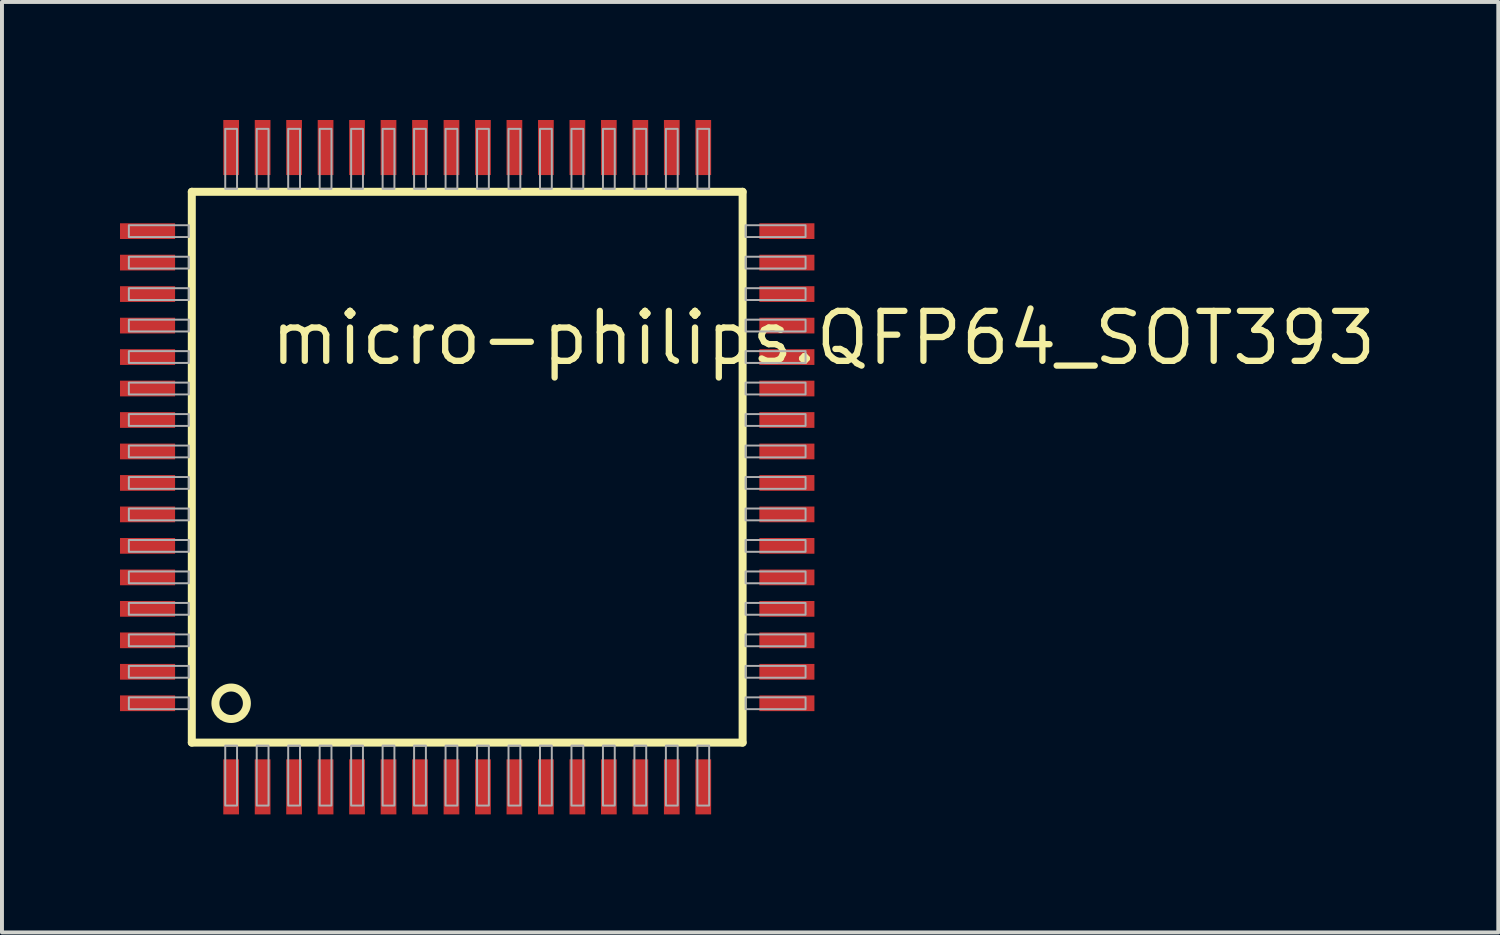
<source format=kicad_pcb>
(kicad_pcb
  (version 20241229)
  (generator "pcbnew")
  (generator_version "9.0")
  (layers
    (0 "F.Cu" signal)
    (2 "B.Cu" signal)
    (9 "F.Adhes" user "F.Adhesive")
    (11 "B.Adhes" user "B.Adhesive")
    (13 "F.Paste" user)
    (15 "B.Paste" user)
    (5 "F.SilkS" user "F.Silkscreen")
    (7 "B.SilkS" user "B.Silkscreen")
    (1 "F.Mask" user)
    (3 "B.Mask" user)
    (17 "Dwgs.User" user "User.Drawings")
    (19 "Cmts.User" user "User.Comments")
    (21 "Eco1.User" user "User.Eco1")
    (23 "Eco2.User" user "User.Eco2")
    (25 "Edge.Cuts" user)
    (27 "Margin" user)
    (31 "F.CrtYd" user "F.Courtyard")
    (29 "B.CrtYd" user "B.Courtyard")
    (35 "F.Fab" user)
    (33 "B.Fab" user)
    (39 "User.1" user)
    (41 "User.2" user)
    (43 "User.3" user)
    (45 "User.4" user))
  (footprint "micro-philips.QFP64_SOT393"
    (layer "F.Cu")
    (at 8.825 8.825)
    (property "Reference" "micro-philips.QFP64_SOT393" (at -5.08 -2.54 0) (layer "F.SilkS") (effects (font (size 1.27 1.27) (thickness 0.16)) (justify left bottom)))
    (attr smd)
    (fp_line (start -7 -7) (end 7 -7) (stroke (width 0.203) (type default)) (layer "F.SilkS"))
    (fp_line (start -7 7) (end -7 -7) (stroke (width 0.203) (type default)) (layer "F.SilkS"))
    (fp_line (start 7 -7) (end 7 7) (stroke (width 0.203) (type default)) (layer "F.SilkS"))
    (fp_line (start 7 7) (end -7 7) (stroke (width 0.203) (type default)) (layer "F.SilkS"))
    (fp_circle (center -6 6) (end -5.6 6) (stroke (width 0.203) (type default)) (fill no) (layer "F.SilkS"))
    (fp_rect (start -8.6 -5.85) (end -7.075 -6.15) (stroke (width 0.05) (type default)) (fill no) (layer "F.Fab"))
    (fp_rect (start -8.6 -5.05) (end -7.075 -5.35) (stroke (width 0.05) (type default)) (fill no) (layer "F.Fab"))
    (fp_rect (start -8.6 -4.25) (end -7.075 -4.55) (stroke (width 0.05) (type default)) (fill no) (layer "F.Fab"))
    (fp_rect (start -8.6 -3.45) (end -7.075 -3.75) (stroke (width 0.05) (type default)) (fill no) (layer "F.Fab"))
    (fp_rect (start -8.6 -2.65) (end -7.075 -2.95) (stroke (width 0.05) (type default)) (fill no) (layer "F.Fab"))
    (fp_rect (start -8.6 -1.85) (end -7.075 -2.15) (stroke (width 0.05) (type default)) (fill no) (layer "F.Fab"))
    (fp_rect (start -8.6 -1.05) (end -7.075 -1.35) (stroke (width 0.05) (type default)) (fill no) (layer "F.Fab"))
    (fp_rect (start -8.6 -0.25) (end -7.075 -0.55) (stroke (width 0.05) (type default)) (fill no) (layer "F.Fab"))
    (fp_rect (start -8.6 0.55) (end -7.075 0.25) (stroke (width 0.05) (type default)) (fill no) (layer "F.Fab"))
    (fp_rect (start -8.6 1.35) (end -7.075 1.05) (stroke (width 0.05) (type default)) (fill no) (layer "F.Fab"))
    (fp_rect (start -8.6 2.15) (end -7.075 1.85) (stroke (width 0.05) (type default)) (fill no) (layer "F.Fab"))
    (fp_rect (start -8.6 2.95) (end -7.075 2.65) (stroke (width 0.05) (type default)) (fill no) (layer "F.Fab"))
    (fp_rect (start -8.6 3.75) (end -7.075 3.45) (stroke (width 0.05) (type default)) (fill no) (layer "F.Fab"))
    (fp_rect (start -8.6 4.55) (end -7.075 4.25) (stroke (width 0.05) (type default)) (fill no) (layer "F.Fab"))
    (fp_rect (start -8.6 5.35) (end -7.075 5.05) (stroke (width 0.05) (type default)) (fill no) (layer "F.Fab"))
    (fp_rect (start -8.6 6.15) (end -7.075 5.85) (stroke (width 0.05) (type default)) (fill no) (layer "F.Fab"))
    (fp_rect (start -6.15 -7.075) (end -5.85 -8.6) (stroke (width 0.05) (type default)) (fill no) (layer "F.Fab"))
    (fp_rect (start -6.15 8.6) (end -5.85 7.075) (stroke (width 0.05) (type default)) (fill no) (layer "F.Fab"))
    (fp_rect (start -5.35 -7.075) (end -5.05 -8.6) (stroke (width 0.05) (type default)) (fill no) (layer "F.Fab"))
    (fp_rect (start -5.35 8.6) (end -5.05 7.075) (stroke (width 0.05) (type default)) (fill no) (layer "F.Fab"))
    (fp_rect (start -4.55 -7.075) (end -4.25 -8.6) (stroke (width 0.05) (type default)) (fill no) (layer "F.Fab"))
    (fp_rect (start -4.55 8.6) (end -4.25 7.075) (stroke (width 0.05) (type default)) (fill no) (layer "F.Fab"))
    (fp_rect (start -3.75 -7.075) (end -3.45 -8.6) (stroke (width 0.05) (type default)) (fill no) (layer "F.Fab"))
    (fp_rect (start -3.75 8.6) (end -3.45 7.075) (stroke (width 0.05) (type default)) (fill no) (layer "F.Fab"))
    (fp_rect (start -2.95 -7.075) (end -2.65 -8.6) (stroke (width 0.05) (type default)) (fill no) (layer "F.Fab"))
    (fp_rect (start -2.95 8.6) (end -2.65 7.075) (stroke (width 0.05) (type default)) (fill no) (layer "F.Fab"))
    (fp_rect (start -2.15 -7.075) (end -1.85 -8.6) (stroke (width 0.05) (type default)) (fill no) (layer "F.Fab"))
    (fp_rect (start -2.15 8.6) (end -1.85 7.075) (stroke (width 0.05) (type default)) (fill no) (layer "F.Fab"))
    (fp_rect (start -1.35 -7.075) (end -1.05 -8.6) (stroke (width 0.05) (type default)) (fill no) (layer "F.Fab"))
    (fp_rect (start -1.35 8.6) (end -1.05 7.075) (stroke (width 0.05) (type default)) (fill no) (layer "F.Fab"))
    (fp_rect (start -0.55 -7.075) (end -0.25 -8.6) (stroke (width 0.05) (type default)) (fill no) (layer "F.Fab"))
    (fp_rect (start -0.55 8.6) (end -0.25 7.075) (stroke (width 0.05) (type default)) (fill no) (layer "F.Fab"))
    (fp_rect (start 0.25 -7.075) (end 0.55 -8.6) (stroke (width 0.05) (type default)) (fill no) (layer "F.Fab"))
    (fp_rect (start 0.25 8.6) (end 0.55 7.075) (stroke (width 0.05) (type default)) (fill no) (layer "F.Fab"))
    (fp_rect (start 1.05 -7.075) (end 1.35 -8.6) (stroke (width 0.05) (type default)) (fill no) (layer "F.Fab"))
    (fp_rect (start 1.05 8.6) (end 1.35 7.075) (stroke (width 0.05) (type default)) (fill no) (layer "F.Fab"))
    (fp_rect (start 1.85 -7.075) (end 2.15 -8.6) (stroke (width 0.05) (type default)) (fill no) (layer "F.Fab"))
    (fp_rect (start 1.85 8.6) (end 2.15 7.075) (stroke (width 0.05) (type default)) (fill no) (layer "F.Fab"))
    (fp_rect (start 2.65 -7.075) (end 2.95 -8.6) (stroke (width 0.05) (type default)) (fill no) (layer "F.Fab"))
    (fp_rect (start 2.65 8.6) (end 2.95 7.075) (stroke (width 0.05) (type default)) (fill no) (layer "F.Fab"))
    (fp_rect (start 3.45 -7.075) (end 3.75 -8.6) (stroke (width 0.05) (type default)) (fill no) (layer "F.Fab"))
    (fp_rect (start 3.45 8.6) (end 3.75 7.075) (stroke (width 0.05) (type default)) (fill no) (layer "F.Fab"))
    (fp_rect (start 4.25 -7.075) (end 4.55 -8.6) (stroke (width 0.05) (type default)) (fill no) (layer "F.Fab"))
    (fp_rect (start 4.25 8.6) (end 4.55 7.075) (stroke (width 0.05) (type default)) (fill no) (layer "F.Fab"))
    (fp_rect (start 5.05 -7.075) (end 5.35 -8.6) (stroke (width 0.05) (type default)) (fill no) (layer "F.Fab"))
    (fp_rect (start 5.05 8.6) (end 5.35 7.075) (stroke (width 0.05) (type default)) (fill no) (layer "F.Fab"))
    (fp_rect (start 5.85 -7.075) (end 6.15 -8.6) (stroke (width 0.05) (type default)) (fill no) (layer "F.Fab"))
    (fp_rect (start 5.85 8.6) (end 6.15 7.075) (stroke (width 0.05) (type default)) (fill no) (layer "F.Fab"))
    (fp_rect (start 7.075 -5.85) (end 8.6 -6.15) (stroke (width 0.05) (type default)) (fill no) (layer "F.Fab"))
    (fp_rect (start 7.075 -5.05) (end 8.6 -5.35) (stroke (width 0.05) (type default)) (fill no) (layer "F.Fab"))
    (fp_rect (start 7.075 -4.25) (end 8.6 -4.55) (stroke (width 0.05) (type default)) (fill no) (layer "F.Fab"))
    (fp_rect (start 7.075 -3.45) (end 8.6 -3.75) (stroke (width 0.05) (type default)) (fill no) (layer "F.Fab"))
    (fp_rect (start 7.075 -2.65) (end 8.6 -2.95) (stroke (width 0.05) (type default)) (fill no) (layer "F.Fab"))
    (fp_rect (start 7.075 -1.85) (end 8.6 -2.15) (stroke (width 0.05) (type default)) (fill no) (layer "F.Fab"))
    (fp_rect (start 7.075 -1.05) (end 8.6 -1.35) (stroke (width 0.05) (type default)) (fill no) (layer "F.Fab"))
    (fp_rect (start 7.075 -0.25) (end 8.6 -0.55) (stroke (width 0.05) (type default)) (fill no) (layer "F.Fab"))
    (fp_rect (start 7.075 0.55) (end 8.6 0.25) (stroke (width 0.05) (type default)) (fill no) (layer "F.Fab"))
    (fp_rect (start 7.075 1.35) (end 8.6 1.05) (stroke (width 0.05) (type default)) (fill no) (layer "F.Fab"))
    (fp_rect (start 7.075 2.15) (end 8.6 1.85) (stroke (width 0.05) (type default)) (fill no) (layer "F.Fab"))
    (fp_rect (start 7.075 2.95) (end 8.6 2.65) (stroke (width 0.05) (type default)) (fill no) (layer "F.Fab"))
    (fp_rect (start 7.075 3.75) (end 8.6 3.45) (stroke (width 0.05) (type default)) (fill no) (layer "F.Fab"))
    (fp_rect (start 7.075 4.55) (end 8.6 4.25) (stroke (width 0.05) (type default)) (fill no) (layer "F.Fab"))
    (fp_rect (start 7.075 5.35) (end 8.6 5.05) (stroke (width 0.05) (type default)) (fill no) (layer "F.Fab"))
    (fp_rect (start 7.075 6.15) (end 8.6 5.85) (stroke (width 0.05) (type default)) (fill no) (layer "F.Fab"))
    (pad "1" smd roundrect (at -6 8.125) (size 0.4 1.4) (layers "F.Cu" "F.Mask" "F.Paste") (roundrect_rratio 0.01))
    (pad "2" smd roundrect (at -5.2 8.125) (size 0.4 1.4) (layers "F.Cu" "F.Mask" "F.Paste") (roundrect_rratio 0.01))
    (pad "3" smd roundrect (at -4.4 8.125) (size 0.4 1.4) (layers "F.Cu" "F.Mask" "F.Paste") (roundrect_rratio 0.01))
    (pad "4" smd roundrect (at -3.6 8.125) (size 0.4 1.4) (layers "F.Cu" "F.Mask" "F.Paste") (roundrect_rratio 0.01))
    (pad "5" smd roundrect (at -2.8 8.125) (size 0.4 1.4) (layers "F.Cu" "F.Mask" "F.Paste") (roundrect_rratio 0.01))
    (pad "6" smd roundrect (at -2 8.125) (size 0.4 1.4) (layers "F.Cu" "F.Mask" "F.Paste") (roundrect_rratio 0.01))
    (pad "7" smd roundrect (at -1.2 8.125) (size 0.4 1.4) (layers "F.Cu" "F.Mask" "F.Paste") (roundrect_rratio 0.01))
    (pad "8" smd roundrect (at -0.4 8.125) (size 0.4 1.4) (layers "F.Cu" "F.Mask" "F.Paste") (roundrect_rratio 0.01))
    (pad "9" smd roundrect (at 0.4 8.125) (size 0.4 1.4) (layers "F.Cu" "F.Mask" "F.Paste") (roundrect_rratio 0.01))
    (pad "10" smd roundrect (at 1.2 8.125) (size 0.4 1.4) (layers "F.Cu" "F.Mask" "F.Paste") (roundrect_rratio 0.01))
    (pad "11" smd roundrect (at 2 8.125) (size 0.4 1.4) (layers "F.Cu" "F.Mask" "F.Paste") (roundrect_rratio 0.01))
    (pad "12" smd roundrect (at 2.8 8.125) (size 0.4 1.4) (layers "F.Cu" "F.Mask" "F.Paste") (roundrect_rratio 0.01))
    (pad "13" smd roundrect (at 3.6 8.125) (size 0.4 1.4) (layers "F.Cu" "F.Mask" "F.Paste") (roundrect_rratio 0.01))
    (pad "14" smd roundrect (at 4.4 8.125) (size 0.4 1.4) (layers "F.Cu" "F.Mask" "F.Paste") (roundrect_rratio 0.01))
    (pad "15" smd roundrect (at 5.2 8.125) (size 0.4 1.4) (layers "F.Cu" "F.Mask" "F.Paste") (roundrect_rratio 0.01))
    (pad "16" smd roundrect (at 6 8.125) (size 0.4 1.4) (layers "F.Cu" "F.Mask" "F.Paste") (roundrect_rratio 0.01))
    (pad "17" smd roundrect (at 8.125 6) (size 1.4 0.4) (layers "F.Cu" "F.Mask" "F.Paste") (roundrect_rratio 0.01))
    (pad "18" smd roundrect (at 8.125 5.2) (size 1.4 0.4) (layers "F.Cu" "F.Mask" "F.Paste") (roundrect_rratio 0.01))
    (pad "19" smd roundrect (at 8.125 4.4) (size 1.4 0.4) (layers "F.Cu" "F.Mask" "F.Paste") (roundrect_rratio 0.01))
    (pad "20" smd roundrect (at 8.125 3.6) (size 1.4 0.4) (layers "F.Cu" "F.Mask" "F.Paste") (roundrect_rratio 0.01))
    (pad "21" smd roundrect (at 8.125 2.8) (size 1.4 0.4) (layers "F.Cu" "F.Mask" "F.Paste") (roundrect_rratio 0.01))
    (pad "22" smd roundrect (at 8.125 2) (size 1.4 0.4) (layers "F.Cu" "F.Mask" "F.Paste") (roundrect_rratio 0.01))
    (pad "23" smd roundrect (at 8.125 1.2) (size 1.4 0.4) (layers "F.Cu" "F.Mask" "F.Paste") (roundrect_rratio 0.01))
    (pad "24" smd roundrect (at 8.125 0.4) (size 1.4 0.4) (layers "F.Cu" "F.Mask" "F.Paste") (roundrect_rratio 0.01))
    (pad "25" smd roundrect (at 8.125 -0.4) (size 1.4 0.4) (layers "F.Cu" "F.Mask" "F.Paste") (roundrect_rratio 0.01))
    (pad "26" smd roundrect (at 8.125 -1.2) (size 1.4 0.4) (layers "F.Cu" "F.Mask" "F.Paste") (roundrect_rratio 0.01))
    (pad "27" smd roundrect (at 8.125 -2) (size 1.4 0.4) (layers "F.Cu" "F.Mask" "F.Paste") (roundrect_rratio 0.01))
    (pad "28" smd roundrect (at 8.125 -2.8) (size 1.4 0.4) (layers "F.Cu" "F.Mask" "F.Paste") (roundrect_rratio 0.01))
    (pad "29" smd roundrect (at 8.125 -3.6) (size 1.4 0.4) (layers "F.Cu" "F.Mask" "F.Paste") (roundrect_rratio 0.01))
    (pad "30" smd roundrect (at 8.125 -4.4) (size 1.4 0.4) (layers "F.Cu" "F.Mask" "F.Paste") (roundrect_rratio 0.01))
    (pad "31" smd roundrect (at 8.125 -5.2) (size 1.4 0.4) (layers "F.Cu" "F.Mask" "F.Paste") (roundrect_rratio 0.01))
    (pad "32" smd roundrect (at 8.125 -6) (size 1.4 0.4) (layers "F.Cu" "F.Mask" "F.Paste") (roundrect_rratio 0.01))
    (pad "33" smd roundrect (at 6 -8.125) (size 0.4 1.4) (layers "F.Cu" "F.Mask" "F.Paste") (roundrect_rratio 0.01))
    (pad "34" smd roundrect (at 5.2 -8.125) (size 0.4 1.4) (layers "F.Cu" "F.Mask" "F.Paste") (roundrect_rratio 0.01))
    (pad "35" smd roundrect (at 4.4 -8.125) (size 0.4 1.4) (layers "F.Cu" "F.Mask" "F.Paste") (roundrect_rratio 0.01))
    (pad "36" smd roundrect (at 3.6 -8.125) (size 0.4 1.4) (layers "F.Cu" "F.Mask" "F.Paste") (roundrect_rratio 0.01))
    (pad "37" smd roundrect (at 2.8 -8.125) (size 0.4 1.4) (layers "F.Cu" "F.Mask" "F.Paste") (roundrect_rratio 0.01))
    (pad "38" smd roundrect (at 2 -8.125) (size 0.4 1.4) (layers "F.Cu" "F.Mask" "F.Paste") (roundrect_rratio 0.01))
    (pad "39" smd roundrect (at 1.2 -8.125) (size 0.4 1.4) (layers "F.Cu" "F.Mask" "F.Paste") (roundrect_rratio 0.01))
    (pad "40" smd roundrect (at 0.4 -8.125) (size 0.4 1.4) (layers "F.Cu" "F.Mask" "F.Paste") (roundrect_rratio 0.01))
    (pad "41" smd roundrect (at -0.4 -8.125) (size 0.4 1.4) (layers "F.Cu" "F.Mask" "F.Paste") (roundrect_rratio 0.01))
    (pad "42" smd roundrect (at -1.2 -8.125) (size 0.4 1.4) (layers "F.Cu" "F.Mask" "F.Paste") (roundrect_rratio 0.01))
    (pad "43" smd roundrect (at -2 -8.125) (size 0.4 1.4) (layers "F.Cu" "F.Mask" "F.Paste") (roundrect_rratio 0.01))
    (pad "44" smd roundrect (at -2.8 -8.125) (size 0.4 1.4) (layers "F.Cu" "F.Mask" "F.Paste") (roundrect_rratio 0.01))
    (pad "45" smd roundrect (at -3.6 -8.125) (size 0.4 1.4) (layers "F.Cu" "F.Mask" "F.Paste") (roundrect_rratio 0.01))
    (pad "46" smd roundrect (at -4.4 -8.125) (size 0.4 1.4) (layers "F.Cu" "F.Mask" "F.Paste") (roundrect_rratio 0.01))
    (pad "47" smd roundrect (at -5.2 -8.125) (size 0.4 1.4) (layers "F.Cu" "F.Mask" "F.Paste") (roundrect_rratio 0.01))
    (pad "48" smd roundrect (at -6 -8.125) (size 0.4 1.4) (layers "F.Cu" "F.Mask" "F.Paste") (roundrect_rratio 0.01))
    (pad "49" smd roundrect (at -8.125 -6) (size 1.4 0.4) (layers "F.Cu" "F.Mask" "F.Paste") (roundrect_rratio 0.01))
    (pad "50" smd roundrect (at -8.125 -5.2) (size 1.4 0.4) (layers "F.Cu" "F.Mask" "F.Paste") (roundrect_rratio 0.01))
    (pad "51" smd roundrect (at -8.125 -4.4) (size 1.4 0.4) (layers "F.Cu" "F.Mask" "F.Paste") (roundrect_rratio 0.01))
    (pad "52" smd roundrect (at -8.125 -3.6) (size 1.4 0.4) (layers "F.Cu" "F.Mask" "F.Paste") (roundrect_rratio 0.01))
    (pad "53" smd roundrect (at -8.125 -2.8) (size 1.4 0.4) (layers "F.Cu" "F.Mask" "F.Paste") (roundrect_rratio 0.01))
    (pad "54" smd roundrect (at -8.125 -2) (size 1.4 0.4) (layers "F.Cu" "F.Mask" "F.Paste") (roundrect_rratio 0.01))
    (pad "55" smd roundrect (at -8.125 -1.2) (size 1.4 0.4) (layers "F.Cu" "F.Mask" "F.Paste") (roundrect_rratio 0.01))
    (pad "56" smd roundrect (at -8.125 -0.4) (size 1.4 0.4) (layers "F.Cu" "F.Mask" "F.Paste") (roundrect_rratio 0.01))
    (pad "57" smd roundrect (at -8.125 0.4) (size 1.4 0.4) (layers "F.Cu" "F.Mask" "F.Paste") (roundrect_rratio 0.01))
    (pad "58" smd roundrect (at -8.125 1.2) (size 1.4 0.4) (layers "F.Cu" "F.Mask" "F.Paste") (roundrect_rratio 0.01))
    (pad "59" smd roundrect (at -8.125 2) (size 1.4 0.4) (layers "F.Cu" "F.Mask" "F.Paste") (roundrect_rratio 0.01))
    (pad "60" smd roundrect (at -8.125 2.8) (size 1.4 0.4) (layers "F.Cu" "F.Mask" "F.Paste") (roundrect_rratio 0.01))
    (pad "61" smd roundrect (at -8.125 3.6) (size 1.4 0.4) (layers "F.Cu" "F.Mask" "F.Paste") (roundrect_rratio 0.01))
    (pad "62" smd roundrect (at -8.125 4.4) (size 1.4 0.4) (layers "F.Cu" "F.Mask" "F.Paste") (roundrect_rratio 0.01))
    (pad "63" smd roundrect (at -8.125 5.2) (size 1.4 0.4) (layers "F.Cu" "F.Mask" "F.Paste") (roundrect_rratio 0.01))
    (pad "64" smd roundrect (at -8.125 6) (size 1.4 0.4) (layers "F.Cu" "F.Mask" "F.Paste") (roundrect_rratio 0.01)))
  (gr_rect
    (start -3 -3)
    (end 35.032 20.65)
    (stroke (width 0.1) (type default))
    (fill no)
    (layer "Edge.Cuts")))
</source>
